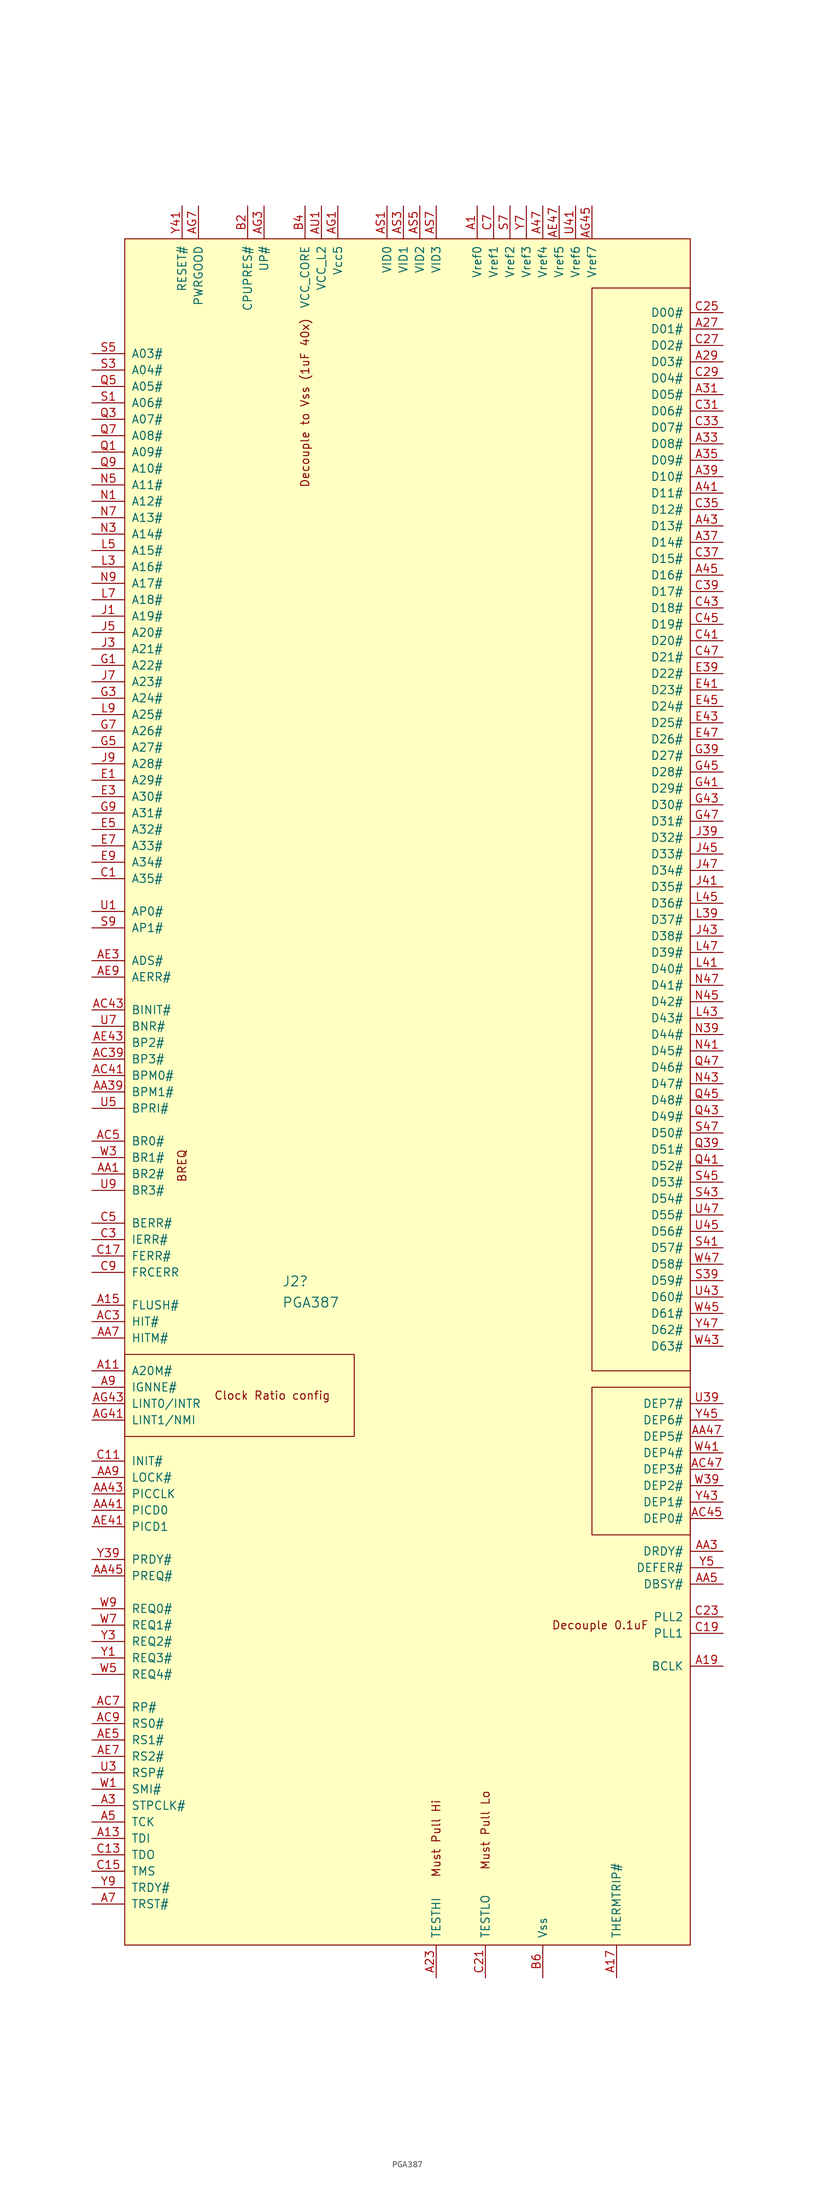
<source format=kicad_sym>
(kicad_symbol_lib
  (version 20211014)
  (generator kicad_symbol_editor)
  (symbol "PGA387"
    (pin_names
      (offset 1.016))
    (property "Reference" "J2"
      (at 29.451 -143.625 0)
      (effects (font (size 1.524 1.524)) (justify left)))
    (property "Value" "PGA387"
      (at 29.451 -146.905 0)
      (effects (font (size 1.524 1.524)) (justify left)))
    (symbol "PGA387_0_0"
      (rectangle (start 5.08 -154.94) (end 40.64 -167.64) (stroke (width 0.152) (type default) (color 0 0 0 0)) (fill (type none)))
      (rectangle (start 92.71 -160.02) (end 77.47 -182.88) (stroke (width 0.152) (type default) (color 0 0 0 0)) (fill (type none)))
      (rectangle (start 92.71 10.16) (end 77.47 -157.48) (stroke (width 0.152) (type default) (color 0 0 0 0)) (fill (type none)))
      (text "BREQ" (at 13.97 -125.73 900) (effects (font (size 1.27 1.27))))
      (text "Clock Ratio config" (at 27.94 -161.29 0) (effects (font (size 1.27 1.27))))
      (text "Decouple 0.1uF" (at 78.74 -196.85 0) (effects (font (size 1.27 1.27))))
      (text "Decouple to Vss (1uF 40x)" (at 33.02 -7.62 900) (effects (font (size 1.27 1.27))))
      (text "Must Pull Hi" (at 53.34 -229.87 900) (effects (font (size 1.27 1.27))))
      (text "Must Pull Lo" (at 60.96 -228.6 900) (effects (font (size 1.27 1.27)))))
    (symbol "PGA387_1_1"
      (rectangle (start 5.08 17.78) (end 92.71 -246.38) (stroke (width 0) (type default) (color 0 0 0 0)) (fill (type background)))
      (pin power_in line (at 59.69 22.86 270) (length 5.08) (name "Vref0" (effects (font (size 1.27 1.27)))) (number "A1" (effects (font (size 1.27 1.27)))))
      (pin input line (at 0 -157.48 0) (length 5.08) (name "A20M#" (effects (font (size 1.27 1.27)))) (number "A11" (effects (font (size 1.27 1.27)))))
      (pin input line (at 0 -229.87 0) (length 5.08) (name "TDI" (effects (font (size 1.27 1.27)))) (number "A13" (effects (font (size 1.27 1.27)))))
      (pin input line (at 0 -147.32 0) (length 5.08) (name "FLUSH#" (effects (font (size 1.27 1.27)))) (number "A15" (effects (font (size 1.27 1.27)))))
      (pin output line (at 81.28 -251.46 90) (length 5.08) (name "THERMTRIP#" (effects (font (size 1.27 1.27)))) (number "A17" (effects (font (size 1.27 1.27)))))
      (pin input line (at 97.79 -203.2 180) (length 5.08) (name "BCLK" (effects (font (size 1.27 1.27)))) (number "A19" (effects (font (size 1.27 1.27)))))
      (pin no_connect line (at 11.43 -251.46 90) (length 5.08) hide (name "RESERVED" (effects (font (size 1.27 1.27)))) (number "A21" (effects (font (size 1.27 1.27)))))
      (pin power_in line (at 53.34 -251.46 90) (length 5.08) (name "TESTHI" (effects (font (size 1.27 1.27)))) (number "A23" (effects (font (size 1.27 1.27)))))
      (pin power_in line (at 53.34 -251.46 90) (length 5.08) hide (name "TESTHI" (effects (font (size 1.27 1.27)))) (number "A25" (effects (font (size 1.27 1.27)))))
      (pin tri_state line (at 97.79 3.81 180) (length 5.08) (name "D01#" (effects (font (size 1.27 1.27)))) (number "A27" (effects (font (size 1.27 1.27)))))
      (pin tri_state line (at 97.79 -1.27 180) (length 5.08) (name "D03#" (effects (font (size 1.27 1.27)))) (number "A29" (effects (font (size 1.27 1.27)))))
      (pin input line (at 0 -224.79 0) (length 5.08) (name "STPCLK#" (effects (font (size 1.27 1.27)))) (number "A3" (effects (font (size 1.27 1.27)))))
      (pin tri_state line (at 97.79 -6.35 180) (length 5.08) (name "D05#" (effects (font (size 1.27 1.27)))) (number "A31" (effects (font (size 1.27 1.27)))))
      (pin tri_state line (at 97.79 -13.97 180) (length 5.08) (name "D08#" (effects (font (size 1.27 1.27)))) (number "A33" (effects (font (size 1.27 1.27)))))
      (pin tri_state line (at 97.79 -16.51 180) (length 5.08) (name "D09#" (effects (font (size 1.27 1.27)))) (number "A35" (effects (font (size 1.27 1.27)))))
      (pin tri_state line (at 97.79 -29.21 180) (length 5.08) (name "D14#" (effects (font (size 1.27 1.27)))) (number "A37" (effects (font (size 1.27 1.27)))))
      (pin tri_state line (at 97.79 -19.05 180) (length 5.08) (name "D10#" (effects (font (size 1.27 1.27)))) (number "A39" (effects (font (size 1.27 1.27)))))
      (pin tri_state line (at 97.79 -21.59 180) (length 5.08) (name "D11#" (effects (font (size 1.27 1.27)))) (number "A41" (effects (font (size 1.27 1.27)))))
      (pin tri_state line (at 97.79 -26.67 180) (length 5.08) (name "D13#" (effects (font (size 1.27 1.27)))) (number "A43" (effects (font (size 1.27 1.27)))))
      (pin tri_state line (at 97.79 -34.29 180) (length 5.08) (name "D16#" (effects (font (size 1.27 1.27)))) (number "A45" (effects (font (size 1.27 1.27)))))
      (pin power_in line (at 69.85 22.86 270) (length 5.08) (name "Vref4" (effects (font (size 1.27 1.27)))) (number "A47" (effects (font (size 1.27 1.27)))))
      (pin input line (at 0 -227.33 0) (length 5.08) (name "TCK" (effects (font (size 1.27 1.27)))) (number "A5" (effects (font (size 1.27 1.27)))))
      (pin input line (at 0 -240.03 0) (length 5.08) (name "TRST#" (effects (font (size 1.27 1.27)))) (number "A7" (effects (font (size 1.27 1.27)))))
      (pin input line (at 0 -160.02 0) (length 5.08) (name "IGNNE#" (effects (font (size 1.27 1.27)))) (number "A9" (effects (font (size 1.27 1.27)))))
      (pin input line (at 0 -127 0) (length 5.08) (name "BR2#" (effects (font (size 1.27 1.27)))) (number "AA1" (effects (font (size 1.27 1.27)))))
      (pin bidirectional line (at 97.79 -185.42 180) (length 5.08) (name "DRDY#" (effects (font (size 1.27 1.27)))) (number "AA3" (effects (font (size 1.27 1.27)))))
      (pin bidirectional line (at 0 -114.3 0) (length 5.08) (name "BPM1#" (effects (font (size 1.27 1.27)))) (number "AA39" (effects (font (size 1.27 1.27)))))
      (pin bidirectional line (at 0 -179.07 0) (length 5.08) (name "PICD0" (effects (font (size 1.27 1.27)))) (number "AA41" (effects (font (size 1.27 1.27)))))
      (pin input line (at 0 -176.53 0) (length 5.08) (name "PICCLK" (effects (font (size 1.27 1.27)))) (number "AA43" (effects (font (size 1.27 1.27)))))
      (pin input line (at 0 -189.23 0) (length 5.08) (name "PREQ#" (effects (font (size 1.27 1.27)))) (number "AA45" (effects (font (size 1.27 1.27)))))
      (pin tri_state line (at 97.79 -167.64 180) (length 5.08) (name "DEP5#" (effects (font (size 1.27 1.27)))) (number "AA47" (effects (font (size 1.27 1.27)))))
      (pin bidirectional line (at 97.79 -190.5 180) (length 5.08) (name "DBSY#" (effects (font (size 1.27 1.27)))) (number "AA5" (effects (font (size 1.27 1.27)))))
      (pin bidirectional line (at 0 -152.4 0) (length 5.08) (name "HITM#" (effects (font (size 1.27 1.27)))) (number "AA7" (effects (font (size 1.27 1.27)))))
      (pin bidirectional line (at 0 -173.99 0) (length 5.08) (name "LOCK#" (effects (font (size 1.27 1.27)))) (number "AA9" (effects (font (size 1.27 1.27)))))
      (pin power_in line (at 69.85 -251.46 90) (length 5.08) hide (name "Vss" (effects (font (size 1.27 1.27)))) (number "AB2" (effects (font (size 1.27 1.27)))))
      (pin power_in line (at 33.02 22.86 270) (length 5.08) hide (name "VCC_CORE" (effects (font (size 1.27 1.27)))) (number "AB4" (effects (font (size 1.27 1.27)))))
      (pin power_in line (at 69.85 -251.46 90) (length 5.08) hide (name "Vss" (effects (font (size 1.27 1.27)))) (number "AB40" (effects (font (size 1.27 1.27)))))
      (pin power_in line (at 69.85 -251.46 90) (length 5.08) hide (name "Vss" (effects (font (size 1.27 1.27)))) (number "AB42" (effects (font (size 1.27 1.27)))))
      (pin power_in line (at 33.02 22.86 270) (length 5.08) hide (name "VCC_CORE" (effects (font (size 1.27 1.27)))) (number "AB44" (effects (font (size 1.27 1.27)))))
      (pin power_in line (at 69.85 -251.46 90) (length 5.08) hide (name "Vss" (effects (font (size 1.27 1.27)))) (number "AB46" (effects (font (size 1.27 1.27)))))
      (pin power_in line (at 69.85 -251.46 90) (length 5.08) hide (name "Vss" (effects (font (size 1.27 1.27)))) (number "AB6" (effects (font (size 1.27 1.27)))))
      (pin power_in line (at 69.85 -251.46 90) (length 5.08) hide (name "Vss" (effects (font (size 1.27 1.27)))) (number "AB8" (effects (font (size 1.27 1.27)))))
      (pin no_connect line (at 16.51 -251.46 90) (length 5.08) hide (name "RESERVED" (effects (font (size 1.27 1.27)))) (number "AC1" (effects (font (size 1.27 1.27)))))
      (pin bidirectional line (at 0 -149.86 0) (length 5.08) (name "HIT#" (effects (font (size 1.27 1.27)))) (number "AC3" (effects (font (size 1.27 1.27)))))
      (pin bidirectional line (at 0 -109.22 0) (length 5.08) (name "BP3#" (effects (font (size 1.27 1.27)))) (number "AC39" (effects (font (size 1.27 1.27)))))
      (pin bidirectional line (at 0 -111.76 0) (length 5.08) (name "BPM0#" (effects (font (size 1.27 1.27)))) (number "AC41" (effects (font (size 1.27 1.27)))))
      (pin bidirectional line (at 0 -101.6 0) (length 5.08) (name "BINIT#" (effects (font (size 1.27 1.27)))) (number "AC43" (effects (font (size 1.27 1.27)))))
      (pin tri_state line (at 97.79 -180.34 180) (length 5.08) (name "DEP0#" (effects (font (size 1.27 1.27)))) (number "AC45" (effects (font (size 1.27 1.27)))))
      (pin tri_state line (at 97.79 -172.72 180) (length 5.08) (name "DEP3#" (effects (font (size 1.27 1.27)))) (number "AC47" (effects (font (size 1.27 1.27)))))
      (pin bidirectional line (at 0 -121.92 0) (length 5.08) (name "BR0#" (effects (font (size 1.27 1.27)))) (number "AC5" (effects (font (size 1.27 1.27)))))
      (pin bidirectional line (at 0 -209.55 0) (length 5.08) (name "RP#" (effects (font (size 1.27 1.27)))) (number "AC7" (effects (font (size 1.27 1.27)))))
      (pin input line (at 0 -212.09 0) (length 5.08) (name "RS0#" (effects (font (size 1.27 1.27)))) (number "AC9" (effects (font (size 1.27 1.27)))))
      (pin no_connect line (at 19.05 -251.46 90) (length 5.08) hide (name "RESERVED" (effects (font (size 1.27 1.27)))) (number "AE1" (effects (font (size 1.27 1.27)))))
      (pin bidirectional line (at 0 -93.98 0) (length 5.08) (name "ADS#" (effects (font (size 1.27 1.27)))) (number "AE3" (effects (font (size 1.27 1.27)))))
      (pin power_in line (at 53.34 -251.46 90) (length 5.08) hide (name "TESTHI" (effects (font (size 1.27 1.27)))) (number "AE39" (effects (font (size 1.27 1.27)))))
      (pin bidirectional line (at 0 -181.61 0) (length 5.08) (name "PICD1" (effects (font (size 1.27 1.27)))) (number "AE41" (effects (font (size 1.27 1.27)))))
      (pin bidirectional line (at 0 -106.68 0) (length 5.08) (name "BP2#" (effects (font (size 1.27 1.27)))) (number "AE43" (effects (font (size 1.27 1.27)))))
      (pin no_connect line (at 21.59 -251.46 90) (length 5.08) hide (name "RESERVED" (effects (font (size 1.27 1.27)))) (number "AE45" (effects (font (size 1.27 1.27)))))
      (pin power_in line (at 72.39 22.86 270) (length 5.08) (name "Vref5" (effects (font (size 1.27 1.27)))) (number "AE47" (effects (font (size 1.27 1.27)))))
      (pin input line (at 0 -214.63 0) (length 5.08) (name "RS1#" (effects (font (size 1.27 1.27)))) (number "AE5" (effects (font (size 1.27 1.27)))))
      (pin input line (at 0 -217.17 0) (length 5.08) (name "RS2#" (effects (font (size 1.27 1.27)))) (number "AE7" (effects (font (size 1.27 1.27)))))
      (pin bidirectional line (at 0 -96.52 0) (length 5.08) (name "AERR#" (effects (font (size 1.27 1.27)))) (number "AE9" (effects (font (size 1.27 1.27)))))
      (pin power_in line (at 69.85 -251.46 90) (length 5.08) hide (name "Vss" (effects (font (size 1.27 1.27)))) (number "AF2" (effects (font (size 1.27 1.27)))))
      (pin power_in line (at 69.85 -251.46 90) (length 5.08) hide (name "Vss" (effects (font (size 1.27 1.27)))) (number "AF4" (effects (font (size 1.27 1.27)))))
      (pin power_in line (at 69.85 -251.46 90) (length 5.08) hide (name "Vss" (effects (font (size 1.27 1.27)))) (number "AF40" (effects (font (size 1.27 1.27)))))
      (pin power_in line (at 69.85 -251.46 90) (length 5.08) hide (name "Vss" (effects (font (size 1.27 1.27)))) (number "AF42" (effects (font (size 1.27 1.27)))))
      (pin power_in line (at 69.85 -251.46 90) (length 5.08) hide (name "Vss" (effects (font (size 1.27 1.27)))) (number "AF44" (effects (font (size 1.27 1.27)))))
      (pin power_in line (at 69.85 -251.46 90) (length 5.08) hide (name "Vss" (effects (font (size 1.27 1.27)))) (number "AF46" (effects (font (size 1.27 1.27)))))
      (pin power_in line (at 69.85 -251.46 90) (length 5.08) hide (name "Vss" (effects (font (size 1.27 1.27)))) (number "AF6" (effects (font (size 1.27 1.27)))))
      (pin power_in line (at 69.85 -251.46 90) (length 5.08) hide (name "Vss" (effects (font (size 1.27 1.27)))) (number "AF8" (effects (font (size 1.27 1.27)))))
      (pin power_in line (at 38.1 22.86 270) (length 5.08) (name "Vcc5" (effects (font (size 1.27 1.27)))) (number "AG1" (effects (font (size 1.27 1.27)))))
      (pin output line (at 26.67 22.86 270) (length 5.08) (name "UP#" (effects (font (size 1.27 1.27)))) (number "AG3" (effects (font (size 1.27 1.27)))))
      (pin no_connect line (at 29.21 -251.46 90) (length 5.08) hide (name "RESERVED" (effects (font (size 1.27 1.27)))) (number "AG39" (effects (font (size 1.27 1.27)))))
      (pin input line (at 0 -165.1 0) (length 5.08) (name "LINT1/NMI" (effects (font (size 1.27 1.27)))) (number "AG41" (effects (font (size 1.27 1.27)))))
      (pin input line (at 0 -162.56 0) (length 5.08) (name "LINT0/INTR" (effects (font (size 1.27 1.27)))) (number "AG43" (effects (font (size 1.27 1.27)))))
      (pin power_in line (at 77.47 22.86 270) (length 5.08) (name "Vref7" (effects (font (size 1.27 1.27)))) (number "AG45" (effects (font (size 1.27 1.27)))))
      (pin no_connect line (at 31.75 -251.46 90) (length 5.08) hide (name "RESERVED" (effects (font (size 1.27 1.27)))) (number "AG47" (effects (font (size 1.27 1.27)))))
      (pin no_connect line (at 24.13 -251.46 90) (length 5.08) hide (name "RESERVED" (effects (font (size 1.27 1.27)))) (number "AG5" (effects (font (size 1.27 1.27)))))
      (pin input line (at 16.51 22.86 270) (length 5.08) (name "PWRGOOD" (effects (font (size 1.27 1.27)))) (number "AG7" (effects (font (size 1.27 1.27)))))
      (pin no_connect line (at 26.67 -251.46 90) (length 5.08) hide (name "RESERVED" (effects (font (size 1.27 1.27)))) (number "AG9" (effects (font (size 1.27 1.27)))))
      (pin power_in line (at 69.85 -251.46 90) (length 5.08) hide (name "Vss" (effects (font (size 1.27 1.27)))) (number "AJ1" (effects (font (size 1.27 1.27)))))
      (pin power_in line (at 33.02 22.86 270) (length 5.08) hide (name "VCC_CORE" (effects (font (size 1.27 1.27)))) (number "AJ3" (effects (font (size 1.27 1.27)))))
      (pin power_in line (at 69.85 -251.46 90) (length 5.08) hide (name "Vss" (effects (font (size 1.27 1.27)))) (number "AJ39" (effects (font (size 1.27 1.27)))))
      (pin power_in line (at 33.02 22.86 270) (length 5.08) hide (name "VCC_CORE" (effects (font (size 1.27 1.27)))) (number "AJ41" (effects (font (size 1.27 1.27)))))
      (pin power_in line (at 69.85 -251.46 90) (length 5.08) hide (name "Vss" (effects (font (size 1.27 1.27)))) (number "AJ43" (effects (font (size 1.27 1.27)))))
      (pin power_in line (at 33.02 22.86 270) (length 5.08) hide (name "VCC_CORE" (effects (font (size 1.27 1.27)))) (number "AJ45" (effects (font (size 1.27 1.27)))))
      (pin power_in line (at 69.85 -251.46 90) (length 5.08) hide (name "Vss" (effects (font (size 1.27 1.27)))) (number "AJ47" (effects (font (size 1.27 1.27)))))
      (pin power_in line (at 69.85 -251.46 90) (length 5.08) hide (name "Vss" (effects (font (size 1.27 1.27)))) (number "AJ5" (effects (font (size 1.27 1.27)))))
      (pin power_in line (at 33.02 22.86 270) (length 5.08) hide (name "VCC_CORE" (effects (font (size 1.27 1.27)))) (number "AJ7" (effects (font (size 1.27 1.27)))))
      (pin power_in line (at 69.85 -251.46 90) (length 5.08) hide (name "Vss" (effects (font (size 1.27 1.27)))) (number "AJ9" (effects (font (size 1.27 1.27)))))
      (pin power_in line (at 33.02 22.86 270) (length 5.08) hide (name "VCC_CORE" (effects (font (size 1.27 1.27)))) (number "AL1" (effects (font (size 1.27 1.27)))))
      (pin power_in line (at 69.85 -251.46 90) (length 5.08) hide (name "Vss" (effects (font (size 1.27 1.27)))) (number "AL3" (effects (font (size 1.27 1.27)))))
      (pin power_in line (at 33.02 22.86 270) (length 5.08) hide (name "VCC_CORE" (effects (font (size 1.27 1.27)))) (number "AL39" (effects (font (size 1.27 1.27)))))
      (pin power_in line (at 69.85 -251.46 90) (length 5.08) hide (name "Vss" (effects (font (size 1.27 1.27)))) (number "AL41" (effects (font (size 1.27 1.27)))))
      (pin power_in line (at 33.02 22.86 270) (length 5.08) hide (name "VCC_CORE" (effects (font (size 1.27 1.27)))) (number "AL43" (effects (font (size 1.27 1.27)))))
      (pin power_in line (at 69.85 -251.46 90) (length 5.08) hide (name "Vss" (effects (font (size 1.27 1.27)))) (number "AL45" (effects (font (size 1.27 1.27)))))
      (pin power_in line (at 33.02 22.86 270) (length 5.08) hide (name "VCC_CORE" (effects (font (size 1.27 1.27)))) (number "AL47" (effects (font (size 1.27 1.27)))))
      (pin power_in line (at 33.02 22.86 270) (length 5.08) hide (name "VCC_CORE" (effects (font (size 1.27 1.27)))) (number "AL5" (effects (font (size 1.27 1.27)))))
      (pin power_in line (at 69.85 -251.46 90) (length 5.08) hide (name "Vss" (effects (font (size 1.27 1.27)))) (number "AL7" (effects (font (size 1.27 1.27)))))
      (pin power_in line (at 33.02 22.86 270) (length 5.08) hide (name "VCC_CORE" (effects (font (size 1.27 1.27)))) (number "AL9" (effects (font (size 1.27 1.27)))))
      (pin power_in line (at 69.85 -251.46 90) (length 5.08) hide (name "Vss" (effects (font (size 1.27 1.27)))) (number "AN1" (effects (font (size 1.27 1.27)))))
      (pin power_in line (at 33.02 22.86 270) (length 5.08) hide (name "VCC_CORE" (effects (font (size 1.27 1.27)))) (number "AN3" (effects (font (size 1.27 1.27)))))
      (pin power_in line (at 69.85 -251.46 90) (length 5.08) hide (name "Vss" (effects (font (size 1.27 1.27)))) (number "AN39" (effects (font (size 1.27 1.27)))))
      (pin power_in line (at 33.02 22.86 270) (length 5.08) hide (name "VCC_CORE" (effects (font (size 1.27 1.27)))) (number "AN41" (effects (font (size 1.27 1.27)))))
      (pin power_in line (at 69.85 -251.46 90) (length 5.08) hide (name "Vss" (effects (font (size 1.27 1.27)))) (number "AN43" (effects (font (size 1.27 1.27)))))
      (pin power_in line (at 33.02 22.86 270) (length 5.08) hide (name "VCC_CORE" (effects (font (size 1.27 1.27)))) (number "AN45" (effects (font (size 1.27 1.27)))))
      (pin power_in line (at 69.85 -251.46 90) (length 5.08) hide (name "Vss" (effects (font (size 1.27 1.27)))) (number "AN47" (effects (font (size 1.27 1.27)))))
      (pin power_in line (at 69.85 -251.46 90) (length 5.08) hide (name "Vss" (effects (font (size 1.27 1.27)))) (number "AN5" (effects (font (size 1.27 1.27)))))
      (pin power_in line (at 33.02 22.86 270) (length 5.08) hide (name "VCC_CORE" (effects (font (size 1.27 1.27)))) (number "AN7" (effects (font (size 1.27 1.27)))))
      (pin power_in line (at 69.85 -251.46 90) (length 5.08) hide (name "Vss" (effects (font (size 1.27 1.27)))) (number "AN9" (effects (font (size 1.27 1.27)))))
      (pin power_in line (at 33.02 22.86 270) (length 5.08) hide (name "VCC_CORE" (effects (font (size 1.27 1.27)))) (number "AQ1" (effects (font (size 1.27 1.27)))))
      (pin power_in line (at 69.85 -251.46 90) (length 5.08) hide (name "Vss" (effects (font (size 1.27 1.27)))) (number "AQ3" (effects (font (size 1.27 1.27)))))
      (pin power_in line (at 33.02 22.86 270) (length 5.08) hide (name "VCC_CORE" (effects (font (size 1.27 1.27)))) (number "AQ39" (effects (font (size 1.27 1.27)))))
      (pin power_in line (at 69.85 -251.46 90) (length 5.08) hide (name "Vss" (effects (font (size 1.27 1.27)))) (number "AQ41" (effects (font (size 1.27 1.27)))))
      (pin power_in line (at 33.02 22.86 270) (length 5.08) hide (name "VCC_CORE" (effects (font (size 1.27 1.27)))) (number "AQ43" (effects (font (size 1.27 1.27)))))
      (pin power_in line (at 69.85 -251.46 90) (length 5.08) hide (name "Vss" (effects (font (size 1.27 1.27)))) (number "AQ45" (effects (font (size 1.27 1.27)))))
      (pin power_in line (at 33.02 22.86 270) (length 5.08) hide (name "VCC_CORE" (effects (font (size 1.27 1.27)))) (number "AQ47" (effects (font (size 1.27 1.27)))))
      (pin power_in line (at 33.02 22.86 270) (length 5.08) hide (name "VCC_CORE" (effects (font (size 1.27 1.27)))) (number "AQ5" (effects (font (size 1.27 1.27)))))
      (pin power_in line (at 69.85 -251.46 90) (length 5.08) hide (name "Vss" (effects (font (size 1.27 1.27)))) (number "AQ7" (effects (font (size 1.27 1.27)))))
      (pin power_in line (at 33.02 22.86 270) (length 5.08) hide (name "VCC_CORE" (effects (font (size 1.27 1.27)))) (number "AQ9" (effects (font (size 1.27 1.27)))))
      (pin output line (at 45.72 22.86 270) (length 5.08) (name "VID0" (effects (font (size 1.27 1.27)))) (number "AS1" (effects (font (size 1.27 1.27)))))
      (pin output line (at 48.26 22.86 270) (length 5.08) (name "VID1" (effects (font (size 1.27 1.27)))) (number "AS3" (effects (font (size 1.27 1.27)))))
      (pin power_in line (at 60.96 -251.46 90) (length 5.08) hide (name "TESTLO" (effects (font (size 1.27 1.27)))) (number "AS39" (effects (font (size 1.27 1.27)))))
      (pin power_in line (at 60.96 -251.46 90) (length 5.08) hide (name "TESTLO" (effects (font (size 1.27 1.27)))) (number "AS41" (effects (font (size 1.27 1.27)))))
      (pin power_in line (at 60.96 -251.46 90) (length 5.08) hide (name "TESTLO" (effects (font (size 1.27 1.27)))) (number "AS43" (effects (font (size 1.27 1.27)))))
      (pin power_in line (at 60.96 -251.46 90) (length 5.08) hide (name "TESTLO" (effects (font (size 1.27 1.27)))) (number "AS45" (effects (font (size 1.27 1.27)))))
      (pin no_connect line (at 36.83 -251.46 90) (length 5.08) hide (name "RESERVED" (effects (font (size 1.27 1.27)))) (number "AS47" (effects (font (size 1.27 1.27)))))
      (pin output line (at 50.8 22.86 270) (length 5.08) (name "VID2" (effects (font (size 1.27 1.27)))) (number "AS5" (effects (font (size 1.27 1.27)))))
      (pin output line (at 53.34 22.86 270) (length 5.08) (name "VID3" (effects (font (size 1.27 1.27)))) (number "AS7" (effects (font (size 1.27 1.27)))))
      (pin no_connect line (at 34.29 -251.46 90) (length 5.08) hide (name "RESERVED" (effects (font (size 1.27 1.27)))) (number "AS9" (effects (font (size 1.27 1.27)))))
      (pin power_in line (at 35.56 22.86 270) (length 5.08) (name "VCC_L2" (effects (font (size 1.27 1.27)))) (number "AU1" (effects (font (size 1.27 1.27)))))
      (pin power_in line (at 69.85 -251.46 90) (length 5.08) hide (name "Vss" (effects (font (size 1.27 1.27)))) (number "AU3" (effects (font (size 1.27 1.27)))))
      (pin power_in line (at 35.56 22.86 270) (length 5.08) hide (name "VCC_L2" (effects (font (size 1.27 1.27)))) (number "AU39" (effects (font (size 1.27 1.27)))))
      (pin power_in line (at 69.85 -251.46 90) (length 5.08) hide (name "Vss" (effects (font (size 1.27 1.27)))) (number "AU41" (effects (font (size 1.27 1.27)))))
      (pin power_in line (at 35.56 22.86 270) (length 5.08) hide (name "VCC_L2" (effects (font (size 1.27 1.27)))) (number "AU43" (effects (font (size 1.27 1.27)))))
      (pin power_in line (at 69.85 -251.46 90) (length 5.08) hide (name "Vss" (effects (font (size 1.27 1.27)))) (number "AU45" (effects (font (size 1.27 1.27)))))
      (pin power_in line (at 35.56 22.86 270) (length 5.08) hide (name "VCC_L2" (effects (font (size 1.27 1.27)))) (number "AU47" (effects (font (size 1.27 1.27)))))
      (pin power_in line (at 35.56 22.86 270) (length 5.08) hide (name "VCC_L2" (effects (font (size 1.27 1.27)))) (number "AU5" (effects (font (size 1.27 1.27)))))
      (pin power_in line (at 69.85 -251.46 90) (length 5.08) hide (name "Vss" (effects (font (size 1.27 1.27)))) (number "AU7" (effects (font (size 1.27 1.27)))))
      (pin power_in line (at 35.56 22.86 270) (length 5.08) hide (name "VCC_L2" (effects (font (size 1.27 1.27)))) (number "AU9" (effects (font (size 1.27 1.27)))))
      (pin power_in line (at 69.85 -251.46 90) (length 5.08) hide (name "Vss" (effects (font (size 1.27 1.27)))) (number "AW1" (effects (font (size 1.27 1.27)))))
      (pin power_in line (at 35.56 22.86 270) (length 5.08) hide (name "VCC_L2" (effects (font (size 1.27 1.27)))) (number "AW3" (effects (font (size 1.27 1.27)))))
      (pin power_in line (at 69.85 -251.46 90) (length 5.08) hide (name "Vss" (effects (font (size 1.27 1.27)))) (number "AW39" (effects (font (size 1.27 1.27)))))
      (pin power_in line (at 35.56 22.86 270) (length 5.08) hide (name "VCC_L2" (effects (font (size 1.27 1.27)))) (number "AW41" (effects (font (size 1.27 1.27)))))
      (pin power_in line (at 69.85 -251.46 90) (length 5.08) hide (name "Vss" (effects (font (size 1.27 1.27)))) (number "AW43" (effects (font (size 1.27 1.27)))))
      (pin power_in line (at 35.56 22.86 270) (length 5.08) hide (name "VCC_L2" (effects (font (size 1.27 1.27)))) (number "AW45" (effects (font (size 1.27 1.27)))))
      (pin power_in line (at 69.85 -251.46 90) (length 5.08) hide (name "Vss" (effects (font (size 1.27 1.27)))) (number "AW47" (effects (font (size 1.27 1.27)))))
      (pin power_in line (at 69.85 -251.46 90) (length 5.08) hide (name "Vss" (effects (font (size 1.27 1.27)))) (number "AW5" (effects (font (size 1.27 1.27)))))
      (pin power_in line (at 35.56 22.86 270) (length 5.08) hide (name "VCC_L2" (effects (font (size 1.27 1.27)))) (number "AW7" (effects (font (size 1.27 1.27)))))
      (pin power_in line (at 69.85 -251.46 90) (length 5.08) hide (name "Vss" (effects (font (size 1.27 1.27)))) (number "AW9" (effects (font (size 1.27 1.27)))))
      (pin power_in line (at 35.56 22.86 270) (length 5.08) hide (name "VCC_L2" (effects (font (size 1.27 1.27)))) (number "AY1" (effects (font (size 1.27 1.27)))))
      (pin power_in line (at 35.56 22.86 270) (length 5.08) hide (name "VCC_L2" (effects (font (size 1.27 1.27)))) (number "AY3" (effects (font (size 1.27 1.27)))))
      (pin power_in line (at 35.56 22.86 270) (length 5.08) hide (name "VCC_L2" (effects (font (size 1.27 1.27)))) (number "AY39" (effects (font (size 1.27 1.27)))))
      (pin power_in line (at 35.56 22.86 270) (length 5.08) hide (name "VCC_L2" (effects (font (size 1.27 1.27)))) (number "AY41" (effects (font (size 1.27 1.27)))))
      (pin power_in line (at 35.56 22.86 270) (length 5.08) hide (name "VCC_L2" (effects (font (size 1.27 1.27)))) (number "AY43" (effects (font (size 1.27 1.27)))))
      (pin power_in line (at 35.56 22.86 270) (length 5.08) hide (name "VCC_L2" (effects (font (size 1.27 1.27)))) (number "AY45" (effects (font (size 1.27 1.27)))))
      (pin power_in line (at 35.56 22.86 270) (length 5.08) hide (name "VCC_L2" (effects (font (size 1.27 1.27)))) (number "AY47" (effects (font (size 1.27 1.27)))))
      (pin power_in line (at 35.56 22.86 270) (length 5.08) hide (name "VCC_L2" (effects (font (size 1.27 1.27)))) (number "AY5" (effects (font (size 1.27 1.27)))))
      (pin power_in line (at 35.56 22.86 270) (length 5.08) hide (name "VCC_L2" (effects (font (size 1.27 1.27)))) (number "AY7" (effects (font (size 1.27 1.27)))))
      (pin power_in line (at 35.56 22.86 270) (length 5.08) hide (name "VCC_L2" (effects (font (size 1.27 1.27)))) (number "AY9" (effects (font (size 1.27 1.27)))))
      (pin power_in line (at 69.85 -251.46 90) (length 5.08) hide (name "Vss" (effects (font (size 1.27 1.27)))) (number "B12" (effects (font (size 1.27 1.27)))))
      (pin power_in line (at 33.02 22.86 270) (length 5.08) hide (name "VCC_CORE" (effects (font (size 1.27 1.27)))) (number "B16" (effects (font (size 1.27 1.27)))))
      (pin power_in line (at 24.13 22.86 270) (length 5.08) (name "CPUPRES#" (effects (font (size 1.27 1.27)))) (number "B2" (effects (font (size 1.27 1.27)))))
      (pin power_in line (at 69.85 -251.46 90) (length 5.08) hide (name "Vss" (effects (font (size 1.27 1.27)))) (number "B20" (effects (font (size 1.27 1.27)))))
      (pin power_in line (at 33.02 22.86 270) (length 5.08) hide (name "VCC_CORE" (effects (font (size 1.27 1.27)))) (number "B24" (effects (font (size 1.27 1.27)))))
      (pin power_in line (at 69.85 -251.46 90) (length 5.08) hide (name "Vss" (effects (font (size 1.27 1.27)))) (number "B28" (effects (font (size 1.27 1.27)))))
      (pin power_in line (at 33.02 22.86 270) (length 5.08) hide (name "VCC_CORE" (effects (font (size 1.27 1.27)))) (number "B32" (effects (font (size 1.27 1.27)))))
      (pin power_in line (at 69.85 -251.46 90) (length 5.08) hide (name "Vss" (effects (font (size 1.27 1.27)))) (number "B36" (effects (font (size 1.27 1.27)))))
      (pin power_in line (at 33.02 22.86 270) (length 5.08) (name "VCC_CORE" (effects (font (size 1.27 1.27)))) (number "B4" (effects (font (size 1.27 1.27)))))
      (pin power_in line (at 33.02 22.86 270) (length 5.08) hide (name "VCC_CORE" (effects (font (size 1.27 1.27)))) (number "B40" (effects (font (size 1.27 1.27)))))
      (pin power_in line (at 69.85 -251.46 90) (length 5.08) hide (name "Vss" (effects (font (size 1.27 1.27)))) (number "B42" (effects (font (size 1.27 1.27)))))
      (pin power_in line (at 33.02 22.86 270) (length 5.08) hide (name "VCC_CORE" (effects (font (size 1.27 1.27)))) (number "B44" (effects (font (size 1.27 1.27)))))
      (pin power_in line (at 69.85 -251.46 90) (length 5.08) hide (name "Vss" (effects (font (size 1.27 1.27)))) (number "B46" (effects (font (size 1.27 1.27)))))
      (pin power_in line (at 69.85 -251.46 90) (length 5.08) (name "Vss" (effects (font (size 1.27 1.27)))) (number "B6" (effects (font (size 1.27 1.27)))))
      (pin power_in line (at 33.02 22.86 270) (length 5.08) hide (name "VCC_CORE" (effects (font (size 1.27 1.27)))) (number "B8" (effects (font (size 1.27 1.27)))))
      (pin power_in line (at 69.85 -251.46 90) (length 5.08) hide (name "Vss" (effects (font (size 1.27 1.27)))) (number "BA1" (effects (font (size 1.27 1.27)))))
      (pin no_connect line (at 39.37 -251.46 90) (length 5.08) hide (name "RESERVED" (effects (font (size 1.27 1.27)))) (number "BA11" (effects (font (size 1.27 1.27)))))
      (pin power_in line (at 60.96 -251.46 90) (length 5.08) hide (name "TESTLO" (effects (font (size 1.27 1.27)))) (number "BA13" (effects (font (size 1.27 1.27)))))
      (pin power_in line (at 60.96 -251.46 90) (length 5.08) hide (name "TESTLO" (effects (font (size 1.27 1.27)))) (number "BA15" (effects (font (size 1.27 1.27)))))
      (pin power_in line (at 33.02 22.86 270) (length 5.08) hide (name "VCC_CORE" (effects (font (size 1.27 1.27)))) (number "BA17" (effects (font (size 1.27 1.27)))))
      (pin power_in line (at 69.85 -251.46 90) (length 5.08) hide (name "Vss" (effects (font (size 1.27 1.27)))) (number "BA19" (effects (font (size 1.27 1.27)))))
      (pin power_in line (at 33.02 22.86 270) (length 5.08) hide (name "VCC_CORE" (effects (font (size 1.27 1.27)))) (number "BA21" (effects (font (size 1.27 1.27)))))
      (pin power_in line (at 69.85 -251.46 90) (length 5.08) hide (name "Vss" (effects (font (size 1.27 1.27)))) (number "BA23" (effects (font (size 1.27 1.27)))))
      (pin power_in line (at 33.02 22.86 270) (length 5.08) hide (name "VCC_CORE" (effects (font (size 1.27 1.27)))) (number "BA25" (effects (font (size 1.27 1.27)))))
      (pin power_in line (at 69.85 -251.46 90) (length 5.08) hide (name "Vss" (effects (font (size 1.27 1.27)))) (number "BA27" (effects (font (size 1.27 1.27)))))
      (pin power_in line (at 33.02 22.86 270) (length 5.08) hide (name "VCC_CORE" (effects (font (size 1.27 1.27)))) (number "BA29" (effects (font (size 1.27 1.27)))))
      (pin power_in line (at 35.56 22.86 270) (length 5.08) hide (name "VCC_L2" (effects (font (size 1.27 1.27)))) (number "BA3" (effects (font (size 1.27 1.27)))))
      (pin power_in line (at 69.85 -251.46 90) (length 5.08) hide (name "Vss" (effects (font (size 1.27 1.27)))) (number "BA31" (effects (font (size 1.27 1.27)))))
      (pin power_in line (at 60.96 -251.46 90) (length 5.08) hide (name "TESTLO" (effects (font (size 1.27 1.27)))) (number "BA33" (effects (font (size 1.27 1.27)))))
      (pin no_connect line (at 41.91 -251.46 90) (length 5.08) hide (name "RESERVED" (effects (font (size 1.27 1.27)))) (number "BA35" (effects (font (size 1.27 1.27)))))
      (pin power_in line (at 60.96 -251.46 90) (length 5.08) hide (name "TESTLO" (effects (font (size 1.27 1.27)))) (number "BA37" (effects (font (size 1.27 1.27)))))
      (pin power_in line (at 69.85 -251.46 90) (length 5.08) hide (name "Vss" (effects (font (size 1.27 1.27)))) (number "BA39" (effects (font (size 1.27 1.27)))))
      (pin power_in line (at 35.56 22.86 270) (length 5.08) hide (name "VCC_L2" (effects (font (size 1.27 1.27)))) (number "BA41" (effects (font (size 1.27 1.27)))))
      (pin power_in line (at 69.85 -251.46 90) (length 5.08) hide (name "Vss" (effects (font (size 1.27 1.27)))) (number "BA43" (effects (font (size 1.27 1.27)))))
      (pin power_in line (at 35.56 22.86 270) (length 5.08) hide (name "VCC_L2" (effects (font (size 1.27 1.27)))) (number "BA45" (effects (font (size 1.27 1.27)))))
      (pin power_in line (at 69.85 -251.46 90) (length 5.08) hide (name "Vss" (effects (font (size 1.27 1.27)))) (number "BA47" (effects (font (size 1.27 1.27)))))
      (pin power_in line (at 69.85 -251.46 90) (length 5.08) hide (name "Vss" (effects (font (size 1.27 1.27)))) (number "BA5" (effects (font (size 1.27 1.27)))))
      (pin power_in line (at 35.56 22.86 270) (length 5.08) hide (name "VCC_L2" (effects (font (size 1.27 1.27)))) (number "BA7" (effects (font (size 1.27 1.27)))))
      (pin power_in line (at 69.85 -251.46 90) (length 5.08) hide (name "Vss" (effects (font (size 1.27 1.27)))) (number "BA9" (effects (font (size 1.27 1.27)))))
      (pin power_in line (at 69.85 -251.46 90) (length 5.08) hide (name "Vss" (effects (font (size 1.27 1.27)))) (number "BC1" (effects (font (size 1.27 1.27)))))
      (pin no_connect line (at 44.45 -251.46 90) (length 5.08) hide (name "RESERVED" (effects (font (size 1.27 1.27)))) (number "BC11" (effects (font (size 1.27 1.27)))))
      (pin power_in line (at 60.96 -251.46 90) (length 5.08) hide (name "TESTLO" (effects (font (size 1.27 1.27)))) (number "BC13" (effects (font (size 1.27 1.27)))))
      (pin power_in line (at 60.96 -251.46 90) (length 5.08) hide (name "TESTLO" (effects (font (size 1.27 1.27)))) (number "BC15" (effects (font (size 1.27 1.27)))))
      (pin power_in line (at 69.85 -251.46 90) (length 5.08) hide (name "Vss" (effects (font (size 1.27 1.27)))) (number "BC17" (effects (font (size 1.27 1.27)))))
      (pin power_in line (at 35.56 22.86 270) (length 5.08) hide (name "VCC_L2" (effects (font (size 1.27 1.27)))) (number "BC19" (effects (font (size 1.27 1.27)))))
      (pin power_in line (at 69.85 -251.46 90) (length 5.08) hide (name "Vss" (effects (font (size 1.27 1.27)))) (number "BC21" (effects (font (size 1.27 1.27)))))
      (pin power_in line (at 35.56 22.86 270) (length 5.08) hide (name "VCC_L2" (effects (font (size 1.27 1.27)))) (number "BC23" (effects (font (size 1.27 1.27)))))
      (pin power_in line (at 69.85 -251.46 90) (length 5.08) hide (name "Vss" (effects (font (size 1.27 1.27)))) (number "BC25" (effects (font (size 1.27 1.27)))))
      (pin power_in line (at 35.56 22.86 270) (length 5.08) hide (name "VCC_L2" (effects (font (size 1.27 1.27)))) (number "BC27" (effects (font (size 1.27 1.27)))))
      (pin power_in line (at 69.85 -251.46 90) (length 5.08) hide (name "Vss" (effects (font (size 1.27 1.27)))) (number "BC29" (effects (font (size 1.27 1.27)))))
      (pin power_in line (at 69.85 -251.46 90) (length 5.08) hide (name "Vss" (effects (font (size 1.27 1.27)))) (number "BC3" (effects (font (size 1.27 1.27)))))
      (pin power_in line (at 35.56 22.86 270) (length 5.08) hide (name "VCC_L2" (effects (font (size 1.27 1.27)))) (number "BC31" (effects (font (size 1.27 1.27)))))
      (pin power_in line (at 60.96 -251.46 90) (length 5.08) hide (name "TESTLO" (effects (font (size 1.27 1.27)))) (number "BC33" (effects (font (size 1.27 1.27)))))
      (pin no_connect line (at 46.99 -251.46 90) (length 5.08) hide (name "RESERVED" (effects (font (size 1.27 1.27)))) (number "BC35" (effects (font (size 1.27 1.27)))))
      (pin power_in line (at 60.96 -251.46 90) (length 5.08) hide (name "TESTLO" (effects (font (size 1.27 1.27)))) (number "BC37" (effects (font (size 1.27 1.27)))))
      (pin power_in line (at 69.85 -251.46 90) (length 5.08) hide (name "Vss" (effects (font (size 1.27 1.27)))) (number "BC39" (effects (font (size 1.27 1.27)))))
      (pin power_in line (at 69.85 -251.46 90) (length 5.08) hide (name "Vss" (effects (font (size 1.27 1.27)))) (number "BC41" (effects (font (size 1.27 1.27)))))
      (pin power_in line (at 69.85 -251.46 90) (length 5.08) hide (name "Vss" (effects (font (size 1.27 1.27)))) (number "BC43" (effects (font (size 1.27 1.27)))))
      (pin power_in line (at 69.85 -251.46 90) (length 5.08) hide (name "Vss" (effects (font (size 1.27 1.27)))) (number "BC45" (effects (font (size 1.27 1.27)))))
      (pin power_in line (at 69.85 -251.46 90) (length 5.08) hide (name "Vss" (effects (font (size 1.27 1.27)))) (number "BC47" (effects (font (size 1.27 1.27)))))
      (pin power_in line (at 69.85 -251.46 90) (length 5.08) hide (name "Vss" (effects (font (size 1.27 1.27)))) (number "BC5" (effects (font (size 1.27 1.27)))))
      (pin power_in line (at 69.85 -251.46 90) (length 5.08) hide (name "Vss" (effects (font (size 1.27 1.27)))) (number "BC7" (effects (font (size 1.27 1.27)))))
      (pin power_in line (at 69.85 -251.46 90) (length 5.08) hide (name "Vss" (effects (font (size 1.27 1.27)))) (number "BC9" (effects (font (size 1.27 1.27)))))
      (pin tri_state line (at 0 -81.28 0) (length 5.08) (name "A35#" (effects (font (size 1.27 1.27)))) (number "C1" (effects (font (size 1.27 1.27)))))
      (pin input line (at 0 -171.45 0) (length 5.08) (name "INIT#" (effects (font (size 1.27 1.27)))) (number "C11" (effects (font (size 1.27 1.27)))))
      (pin output line (at 0 -232.41 0) (length 5.08) (name "TDO" (effects (font (size 1.27 1.27)))) (number "C13" (effects (font (size 1.27 1.27)))))
      (pin input line (at 0 -234.95 0) (length 5.08) (name "TMS" (effects (font (size 1.27 1.27)))) (number "C15" (effects (font (size 1.27 1.27)))))
      (pin output line (at 0 -139.7 0) (length 5.08) (name "FERR#" (effects (font (size 1.27 1.27)))) (number "C17" (effects (font (size 1.27 1.27)))))
      (pin power_in line (at 97.79 -198.12 180) (length 5.08) (name "PLL1" (effects (font (size 1.27 1.27)))) (number "C19" (effects (font (size 1.27 1.27)))))
      (pin power_in line (at 60.96 -251.46 90) (length 5.08) (name "TESTLO" (effects (font (size 1.27 1.27)))) (number "C21" (effects (font (size 1.27 1.27)))))
      (pin power_in line (at 97.79 -195.58 180) (length 5.08) (name "PLL2" (effects (font (size 1.27 1.27)))) (number "C23" (effects (font (size 1.27 1.27)))))
      (pin tri_state line (at 97.79 6.35 180) (length 5.08) (name "D00#" (effects (font (size 1.27 1.27)))) (number "C25" (effects (font (size 1.27 1.27)))))
      (pin tri_state line (at 97.79 1.27 180) (length 5.08) (name "D02#" (effects (font (size 1.27 1.27)))) (number "C27" (effects (font (size 1.27 1.27)))))
      (pin tri_state line (at 97.79 -3.81 180) (length 5.08) (name "D04#" (effects (font (size 1.27 1.27)))) (number "C29" (effects (font (size 1.27 1.27)))))
      (pin output line (at 0 -137.16 0) (length 5.08) (name "IERR#" (effects (font (size 1.27 1.27)))) (number "C3" (effects (font (size 1.27 1.27)))))
      (pin tri_state line (at 97.79 -8.89 180) (length 5.08) (name "D06#" (effects (font (size 1.27 1.27)))) (number "C31" (effects (font (size 1.27 1.27)))))
      (pin tri_state line (at 97.79 -11.43 180) (length 5.08) (name "D07#" (effects (font (size 1.27 1.27)))) (number "C33" (effects (font (size 1.27 1.27)))))
      (pin tri_state line (at 97.79 -24.13 180) (length 5.08) (name "D12#" (effects (font (size 1.27 1.27)))) (number "C35" (effects (font (size 1.27 1.27)))))
      (pin tri_state line (at 97.79 -31.75 180) (length 5.08) (name "D15#" (effects (font (size 1.27 1.27)))) (number "C37" (effects (font (size 1.27 1.27)))))
      (pin tri_state line (at 97.79 -36.83 180) (length 5.08) (name "D17#" (effects (font (size 1.27 1.27)))) (number "C39" (effects (font (size 1.27 1.27)))))
      (pin tri_state line (at 97.79 -44.45 180) (length 5.08) (name "D20#" (effects (font (size 1.27 1.27)))) (number "C41" (effects (font (size 1.27 1.27)))))
      (pin tri_state line (at 97.79 -39.37 180) (length 5.08) (name "D18#" (effects (font (size 1.27 1.27)))) (number "C43" (effects (font (size 1.27 1.27)))))
      (pin tri_state line (at 97.79 -41.91 180) (length 5.08) (name "D19#" (effects (font (size 1.27 1.27)))) (number "C45" (effects (font (size 1.27 1.27)))))
      (pin tri_state line (at 97.79 -46.99 180) (length 5.08) (name "D21#" (effects (font (size 1.27 1.27)))) (number "C47" (effects (font (size 1.27 1.27)))))
      (pin bidirectional line (at 0 -134.62 0) (length 5.08) (name "BERR#" (effects (font (size 1.27 1.27)))) (number "C5" (effects (font (size 1.27 1.27)))))
      (pin power_in line (at 62.23 22.86 270) (length 5.08) (name "Vref1" (effects (font (size 1.27 1.27)))) (number "C7" (effects (font (size 1.27 1.27)))))
      (pin bidirectional line (at 0 -142.24 0) (length 5.08) (name "FRCERR" (effects (font (size 1.27 1.27)))) (number "C9" (effects (font (size 1.27 1.27)))))
      (pin tri_state line (at 0 -66.04 0) (length 5.08) (name "A29#" (effects (font (size 1.27 1.27)))) (number "E1" (effects (font (size 1.27 1.27)))))
      (pin tri_state line (at 0 -68.58 0) (length 5.08) (name "A30#" (effects (font (size 1.27 1.27)))) (number "E3" (effects (font (size 1.27 1.27)))))
      (pin tri_state line (at 97.79 -49.53 180) (length 5.08) (name "D22#" (effects (font (size 1.27 1.27)))) (number "E39" (effects (font (size 1.27 1.27)))))
      (pin tri_state line (at 97.79 -52.07 180) (length 5.08) (name "D23#" (effects (font (size 1.27 1.27)))) (number "E41" (effects (font (size 1.27 1.27)))))
      (pin tri_state line (at 97.79 -57.15 180) (length 5.08) (name "D25#" (effects (font (size 1.27 1.27)))) (number "E43" (effects (font (size 1.27 1.27)))))
      (pin tri_state line (at 97.79 -54.61 180) (length 5.08) (name "D24#" (effects (font (size 1.27 1.27)))) (number "E45" (effects (font (size 1.27 1.27)))))
      (pin tri_state line (at 97.79 -59.69 180) (length 5.08) (name "D26#" (effects (font (size 1.27 1.27)))) (number "E47" (effects (font (size 1.27 1.27)))))
      (pin tri_state line (at 0 -73.66 0) (length 5.08) (name "A32#" (effects (font (size 1.27 1.27)))) (number "E5" (effects (font (size 1.27 1.27)))))
      (pin tri_state line (at 0 -76.2 0) (length 5.08) (name "A33#" (effects (font (size 1.27 1.27)))) (number "E7" (effects (font (size 1.27 1.27)))))
      (pin tri_state line (at 0 -78.74 0) (length 5.08) (name "A34#" (effects (font (size 1.27 1.27)))) (number "E9" (effects (font (size 1.27 1.27)))))
      (pin power_in line (at 33.02 22.86 270) (length 5.08) hide (name "VCC_CORE" (effects (font (size 1.27 1.27)))) (number "F2" (effects (font (size 1.27 1.27)))))
      (pin power_in line (at 69.85 -251.46 90) (length 5.08) hide (name "Vss" (effects (font (size 1.27 1.27)))) (number "F4" (effects (font (size 1.27 1.27)))))
      (pin power_in line (at 69.85 -251.46 90) (length 5.08) hide (name "Vss" (effects (font (size 1.27 1.27)))) (number "F40" (effects (font (size 1.27 1.27)))))
      (pin power_in line (at 33.02 22.86 270) (length 5.08) hide (name "VCC_CORE" (effects (font (size 1.27 1.27)))) (number "F42" (effects (font (size 1.27 1.27)))))
      (pin power_in line (at 69.85 -251.46 90) (length 5.08) hide (name "Vss" (effects (font (size 1.27 1.27)))) (number "F44" (effects (font (size 1.27 1.27)))))
      (pin power_in line (at 33.02 22.86 270) (length 5.08) hide (name "VCC_CORE" (effects (font (size 1.27 1.27)))) (number "F46" (effects (font (size 1.27 1.27)))))
      (pin power_in line (at 33.02 22.86 270) (length 5.08) hide (name "VCC_CORE" (effects (font (size 1.27 1.27)))) (number "F6" (effects (font (size 1.27 1.27)))))
      (pin power_in line (at 69.85 -251.46 90) (length 5.08) hide (name "Vss" (effects (font (size 1.27 1.27)))) (number "F8" (effects (font (size 1.27 1.27)))))
      (pin tri_state line (at 0 -48.26 0) (length 5.08) (name "A22#" (effects (font (size 1.27 1.27)))) (number "G1" (effects (font (size 1.27 1.27)))))
      (pin tri_state line (at 0 -53.34 0) (length 5.08) (name "A24#" (effects (font (size 1.27 1.27)))) (number "G3" (effects (font (size 1.27 1.27)))))
      (pin tri_state line (at 97.79 -62.23 180) (length 5.08) (name "D27#" (effects (font (size 1.27 1.27)))) (number "G39" (effects (font (size 1.27 1.27)))))
      (pin tri_state line (at 97.79 -67.31 180) (length 5.08) (name "D29#" (effects (font (size 1.27 1.27)))) (number "G41" (effects (font (size 1.27 1.27)))))
      (pin tri_state line (at 97.79 -69.85 180) (length 5.08) (name "D30#" (effects (font (size 1.27 1.27)))) (number "G43" (effects (font (size 1.27 1.27)))))
      (pin tri_state line (at 97.79 -64.77 180) (length 5.08) (name "D28#" (effects (font (size 1.27 1.27)))) (number "G45" (effects (font (size 1.27 1.27)))))
      (pin tri_state line (at 97.79 -72.39 180) (length 5.08) (name "D31#" (effects (font (size 1.27 1.27)))) (number "G47" (effects (font (size 1.27 1.27)))))
      (pin tri_state line (at 0 -60.96 0) (length 5.08) (name "A27#" (effects (font (size 1.27 1.27)))) (number "G5" (effects (font (size 1.27 1.27)))))
      (pin tri_state line (at 0 -58.42 0) (length 5.08) (name "A26#" (effects (font (size 1.27 1.27)))) (number "G7" (effects (font (size 1.27 1.27)))))
      (pin tri_state line (at 0 -71.12 0) (length 5.08) (name "A31#" (effects (font (size 1.27 1.27)))) (number "G9" (effects (font (size 1.27 1.27)))))
      (pin tri_state line (at 0 -40.64 0) (length 5.08) (name "A19#" (effects (font (size 1.27 1.27)))) (number "J1" (effects (font (size 1.27 1.27)))))
      (pin tri_state line (at 0 -45.72 0) (length 5.08) (name "A21#" (effects (font (size 1.27 1.27)))) (number "J3" (effects (font (size 1.27 1.27)))))
      (pin tri_state line (at 97.79 -74.93 180) (length 5.08) (name "D32#" (effects (font (size 1.27 1.27)))) (number "J39" (effects (font (size 1.27 1.27)))))
      (pin tri_state line (at 97.79 -82.55 180) (length 5.08) (name "D35#" (effects (font (size 1.27 1.27)))) (number "J41" (effects (font (size 1.27 1.27)))))
      (pin tri_state line (at 97.79 -90.17 180) (length 5.08) (name "D38#" (effects (font (size 1.27 1.27)))) (number "J43" (effects (font (size 1.27 1.27)))))
      (pin tri_state line (at 97.79 -77.47 180) (length 5.08) (name "D33#" (effects (font (size 1.27 1.27)))) (number "J45" (effects (font (size 1.27 1.27)))))
      (pin tri_state line (at 97.79 -80.01 180) (length 5.08) (name "D34#" (effects (font (size 1.27 1.27)))) (number "J47" (effects (font (size 1.27 1.27)))))
      (pin tri_state line (at 0 -43.18 0) (length 5.08) (name "A20#" (effects (font (size 1.27 1.27)))) (number "J5" (effects (font (size 1.27 1.27)))))
      (pin tri_state line (at 0 -50.8 0) (length 5.08) (name "A23#" (effects (font (size 1.27 1.27)))) (number "J7" (effects (font (size 1.27 1.27)))))
      (pin tri_state line (at 0 -63.5 0) (length 5.08) (name "A28#" (effects (font (size 1.27 1.27)))) (number "J9" (effects (font (size 1.27 1.27)))))
      (pin power_in line (at 69.85 -251.46 90) (length 5.08) hide (name "Vss" (effects (font (size 1.27 1.27)))) (number "K2" (effects (font (size 1.27 1.27)))))
      (pin power_in line (at 33.02 22.86 270) (length 5.08) hide (name "VCC_CORE" (effects (font (size 1.27 1.27)))) (number "K4" (effects (font (size 1.27 1.27)))))
      (pin power_in line (at 69.85 -251.46 90) (length 5.08) hide (name "Vss" (effects (font (size 1.27 1.27)))) (number "K40" (effects (font (size 1.27 1.27)))))
      (pin power_in line (at 69.85 -251.46 90) (length 5.08) hide (name "Vss" (effects (font (size 1.27 1.27)))) (number "K42" (effects (font (size 1.27 1.27)))))
      (pin power_in line (at 33.02 22.86 270) (length 5.08) hide (name "VCC_CORE" (effects (font (size 1.27 1.27)))) (number "K44" (effects (font (size 1.27 1.27)))))
      (pin power_in line (at 69.85 -251.46 90) (length 5.08) hide (name "Vss" (effects (font (size 1.27 1.27)))) (number "K46" (effects (font (size 1.27 1.27)))))
      (pin power_in line (at 69.85 -251.46 90) (length 5.08) hide (name "Vss" (effects (font (size 1.27 1.27)))) (number "K6" (effects (font (size 1.27 1.27)))))
      (pin power_in line (at 69.85 -251.46 90) (length 5.08) hide (name "Vss" (effects (font (size 1.27 1.27)))) (number "K8" (effects (font (size 1.27 1.27)))))
      (pin no_connect line (at 13.97 -251.46 90) (length 5.08) hide (name "RESERVED" (effects (font (size 1.27 1.27)))) (number "L1" (effects (font (size 1.27 1.27)))))
      (pin tri_state line (at 0 -33.02 0) (length 5.08) (name "A16#" (effects (font (size 1.27 1.27)))) (number "L3" (effects (font (size 1.27 1.27)))))
      (pin tri_state line (at 97.79 -87.63 180) (length 5.08) (name "D37#" (effects (font (size 1.27 1.27)))) (number "L39" (effects (font (size 1.27 1.27)))))
      (pin tri_state line (at 97.79 -95.25 180) (length 5.08) (name "D40#" (effects (font (size 1.27 1.27)))) (number "L41" (effects (font (size 1.27 1.27)))))
      (pin tri_state line (at 97.79 -102.87 180) (length 5.08) (name "D43#" (effects (font (size 1.27 1.27)))) (number "L43" (effects (font (size 1.27 1.27)))))
      (pin tri_state line (at 97.79 -85.09 180) (length 5.08) (name "D36#" (effects (font (size 1.27 1.27)))) (number "L45" (effects (font (size 1.27 1.27)))))
      (pin tri_state line (at 97.79 -92.71 180) (length 5.08) (name "D39#" (effects (font (size 1.27 1.27)))) (number "L47" (effects (font (size 1.27 1.27)))))
      (pin tri_state line (at 0 -30.48 0) (length 5.08) (name "A15#" (effects (font (size 1.27 1.27)))) (number "L5" (effects (font (size 1.27 1.27)))))
      (pin tri_state line (at 0 -38.1 0) (length 5.08) (name "A18#" (effects (font (size 1.27 1.27)))) (number "L7" (effects (font (size 1.27 1.27)))))
      (pin tri_state line (at 0 -55.88 0) (length 5.08) (name "A25#" (effects (font (size 1.27 1.27)))) (number "L9" (effects (font (size 1.27 1.27)))))
      (pin tri_state line (at 0 -22.86 0) (length 5.08) (name "A12#" (effects (font (size 1.27 1.27)))) (number "N1" (effects (font (size 1.27 1.27)))))
      (pin tri_state line (at 0 -27.94 0) (length 5.08) (name "A14#" (effects (font (size 1.27 1.27)))) (number "N3" (effects (font (size 1.27 1.27)))))
      (pin tri_state line (at 97.79 -105.41 180) (length 5.08) (name "D44#" (effects (font (size 1.27 1.27)))) (number "N39" (effects (font (size 1.27 1.27)))))
      (pin tri_state line (at 97.79 -107.95 180) (length 5.08) (name "D45#" (effects (font (size 1.27 1.27)))) (number "N41" (effects (font (size 1.27 1.27)))))
      (pin tri_state line (at 97.79 -113.03 180) (length 5.08) (name "D47#" (effects (font (size 1.27 1.27)))) (number "N43" (effects (font (size 1.27 1.27)))))
      (pin tri_state line (at 97.79 -100.33 180) (length 5.08) (name "D42#" (effects (font (size 1.27 1.27)))) (number "N45" (effects (font (size 1.27 1.27)))))
      (pin tri_state line (at 97.79 -97.79 180) (length 5.08) (name "D41#" (effects (font (size 1.27 1.27)))) (number "N47" (effects (font (size 1.27 1.27)))))
      (pin tri_state line (at 0 -20.32 0) (length 5.08) (name "A11#" (effects (font (size 1.27 1.27)))) (number "N5" (effects (font (size 1.27 1.27)))))
      (pin tri_state line (at 0 -25.4 0) (length 5.08) (name "A13#" (effects (font (size 1.27 1.27)))) (number "N7" (effects (font (size 1.27 1.27)))))
      (pin tri_state line (at 0 -35.56 0) (length 5.08) (name "A17#" (effects (font (size 1.27 1.27)))) (number "N9" (effects (font (size 1.27 1.27)))))
      (pin power_in line (at 33.02 22.86 270) (length 5.08) hide (name "VCC_CORE" (effects (font (size 1.27 1.27)))) (number "P2" (effects (font (size 1.27 1.27)))))
      (pin power_in line (at 69.85 -251.46 90) (length 5.08) hide (name "Vss" (effects (font (size 1.27 1.27)))) (number "P4" (effects (font (size 1.27 1.27)))))
      (pin power_in line (at 69.85 -251.46 90) (length 5.08) hide (name "Vss" (effects (font (size 1.27 1.27)))) (number "P40" (effects (font (size 1.27 1.27)))))
      (pin power_in line (at 33.02 22.86 270) (length 5.08) hide (name "VCC_CORE" (effects (font (size 1.27 1.27)))) (number "P42" (effects (font (size 1.27 1.27)))))
      (pin power_in line (at 69.85 -251.46 90) (length 5.08) hide (name "Vss" (effects (font (size 1.27 1.27)))) (number "P44" (effects (font (size 1.27 1.27)))))
      (pin power_in line (at 33.02 22.86 270) (length 5.08) hide (name "VCC_CORE" (effects (font (size 1.27 1.27)))) (number "P46" (effects (font (size 1.27 1.27)))))
      (pin power_in line (at 33.02 22.86 270) (length 5.08) hide (name "VCC_CORE" (effects (font (size 1.27 1.27)))) (number "P6" (effects (font (size 1.27 1.27)))))
      (pin power_in line (at 69.85 -251.46 90) (length 5.08) hide (name "Vss" (effects (font (size 1.27 1.27)))) (number "P8" (effects (font (size 1.27 1.27)))))
      (pin tri_state line (at 0 -15.24 0) (length 5.08) (name "A09#" (effects (font (size 1.27 1.27)))) (number "Q1" (effects (font (size 1.27 1.27)))))
      (pin tri_state line (at 0 -10.16 0) (length 5.08) (name "A07#" (effects (font (size 1.27 1.27)))) (number "Q3" (effects (font (size 1.27 1.27)))))
      (pin tri_state line (at 97.79 -123.19 180) (length 5.08) (name "D51#" (effects (font (size 1.27 1.27)))) (number "Q39" (effects (font (size 1.27 1.27)))))
      (pin tri_state line (at 97.79 -125.73 180) (length 5.08) (name "D52#" (effects (font (size 1.27 1.27)))) (number "Q41" (effects (font (size 1.27 1.27)))))
      (pin tri_state line (at 97.79 -118.11 180) (length 5.08) (name "D49#" (effects (font (size 1.27 1.27)))) (number "Q43" (effects (font (size 1.27 1.27)))))
      (pin tri_state line (at 97.79 -115.57 180) (length 5.08) (name "D48#" (effects (font (size 1.27 1.27)))) (number "Q45" (effects (font (size 1.27 1.27)))))
      (pin tri_state line (at 97.79 -110.49 180) (length 5.08) (name "D46#" (effects (font (size 1.27 1.27)))) (number "Q47" (effects (font (size 1.27 1.27)))))
      (pin tri_state line (at 0 -5.08 0) (length 5.08) (name "A05#" (effects (font (size 1.27 1.27)))) (number "Q5" (effects (font (size 1.27 1.27)))))
      (pin tri_state line (at 0 -12.7 0) (length 5.08) (name "A08#" (effects (font (size 1.27 1.27)))) (number "Q7" (effects (font (size 1.27 1.27)))))
      (pin tri_state line (at 0 -17.78 0) (length 5.08) (name "A10#" (effects (font (size 1.27 1.27)))) (number "Q9" (effects (font (size 1.27 1.27)))))
      (pin tri_state line (at 0 -7.62 0) (length 5.08) (name "A06#" (effects (font (size 1.27 1.27)))) (number "S1" (effects (font (size 1.27 1.27)))))
      (pin tri_state line (at 0 -2.54 0) (length 5.08) (name "A04#" (effects (font (size 1.27 1.27)))) (number "S3" (effects (font (size 1.27 1.27)))))
      (pin tri_state line (at 97.79 -143.51 180) (length 5.08) (name "D59#" (effects (font (size 1.27 1.27)))) (number "S39" (effects (font (size 1.27 1.27)))))
      (pin tri_state line (at 97.79 -138.43 180) (length 5.08) (name "D57#" (effects (font (size 1.27 1.27)))) (number "S41" (effects (font (size 1.27 1.27)))))
      (pin tri_state line (at 97.79 -130.81 180) (length 5.08) (name "D54#" (effects (font (size 1.27 1.27)))) (number "S43" (effects (font (size 1.27 1.27)))))
      (pin tri_state line (at 97.79 -128.27 180) (length 5.08) (name "D53#" (effects (font (size 1.27 1.27)))) (number "S45" (effects (font (size 1.27 1.27)))))
      (pin tri_state line (at 97.79 -120.65 180) (length 5.08) (name "D50#" (effects (font (size 1.27 1.27)))) (number "S47" (effects (font (size 1.27 1.27)))))
      (pin tri_state line (at 0 0 0) (length 5.08) (name "A03#" (effects (font (size 1.27 1.27)))) (number "S5" (effects (font (size 1.27 1.27)))))
      (pin power_in line (at 64.77 22.86 270) (length 5.08) (name "Vref2" (effects (font (size 1.27 1.27)))) (number "S7" (effects (font (size 1.27 1.27)))))
      (pin tri_state line (at 0 -88.9 0) (length 5.08) (name "AP1#" (effects (font (size 1.27 1.27)))) (number "S9" (effects (font (size 1.27 1.27)))))
      (pin power_in line (at 69.85 -251.46 90) (length 5.08) hide (name "Vss" (effects (font (size 1.27 1.27)))) (number "T2" (effects (font (size 1.27 1.27)))))
      (pin power_in line (at 33.02 22.86 270) (length 5.08) hide (name "VCC_CORE" (effects (font (size 1.27 1.27)))) (number "T4" (effects (font (size 1.27 1.27)))))
      (pin power_in line (at 69.85 -251.46 90) (length 5.08) hide (name "Vss" (effects (font (size 1.27 1.27)))) (number "T40" (effects (font (size 1.27 1.27)))))
      (pin power_in line (at 69.85 -251.46 90) (length 5.08) hide (name "Vss" (effects (font (size 1.27 1.27)))) (number "T42" (effects (font (size 1.27 1.27)))))
      (pin power_in line (at 33.02 22.86 270) (length 5.08) hide (name "VCC_CORE" (effects (font (size 1.27 1.27)))) (number "T44" (effects (font (size 1.27 1.27)))))
      (pin power_in line (at 69.85 -251.46 90) (length 5.08) hide (name "Vss" (effects (font (size 1.27 1.27)))) (number "T46" (effects (font (size 1.27 1.27)))))
      (pin power_in line (at 69.85 -251.46 90) (length 5.08) hide (name "Vss" (effects (font (size 1.27 1.27)))) (number "T6" (effects (font (size 1.27 1.27)))))
      (pin power_in line (at 69.85 -251.46 90) (length 5.08) hide (name "Vss" (effects (font (size 1.27 1.27)))) (number "T8" (effects (font (size 1.27 1.27)))))
      (pin tri_state line (at 0 -86.36 0) (length 5.08) (name "AP0#" (effects (font (size 1.27 1.27)))) (number "U1" (effects (font (size 1.27 1.27)))))
      (pin input line (at 0 -219.71 0) (length 5.08) (name "RSP#" (effects (font (size 1.27 1.27)))) (number "U3" (effects (font (size 1.27 1.27)))))
      (pin tri_state line (at 97.79 -162.56 180) (length 5.08) (name "DEP7#" (effects (font (size 1.27 1.27)))) (number "U39" (effects (font (size 1.27 1.27)))))
      (pin power_in line (at 74.93 22.86 270) (length 5.08) (name "Vref6" (effects (font (size 1.27 1.27)))) (number "U41" (effects (font (size 1.27 1.27)))))
      (pin tri_state line (at 97.79 -146.05 180) (length 5.08) (name "D60#" (effects (font (size 1.27 1.27)))) (number "U43" (effects (font (size 1.27 1.27)))))
      (pin tri_state line (at 97.79 -135.89 180) (length 5.08) (name "D56#" (effects (font (size 1.27 1.27)))) (number "U45" (effects (font (size 1.27 1.27)))))
      (pin tri_state line (at 97.79 -133.35 180) (length 5.08) (name "D55#" (effects (font (size 1.27 1.27)))) (number "U47" (effects (font (size 1.27 1.27)))))
      (pin input line (at 0 -116.84 0) (length 5.08) (name "BPRI#" (effects (font (size 1.27 1.27)))) (number "U5" (effects (font (size 1.27 1.27)))))
      (pin bidirectional line (at 0 -104.14 0) (length 5.08) (name "BNR#" (effects (font (size 1.27 1.27)))) (number "U7" (effects (font (size 1.27 1.27)))))
      (pin input line (at 0 -129.54 0) (length 5.08) (name "BR3#" (effects (font (size 1.27 1.27)))) (number "U9" (effects (font (size 1.27 1.27)))))
      (pin input line (at 0 -222.25 0) (length 5.08) (name "SMI#" (effects (font (size 1.27 1.27)))) (number "W1" (effects (font (size 1.27 1.27)))))
      (pin input line (at 0 -124.46 0) (length 5.08) (name "BR1#" (effects (font (size 1.27 1.27)))) (number "W3" (effects (font (size 1.27 1.27)))))
      (pin tri_state line (at 97.79 -175.26 180) (length 5.08) (name "DEP2#" (effects (font (size 1.27 1.27)))) (number "W39" (effects (font (size 1.27 1.27)))))
      (pin tri_state line (at 97.79 -170.18 180) (length 5.08) (name "DEP4#" (effects (font (size 1.27 1.27)))) (number "W41" (effects (font (size 1.27 1.27)))))
      (pin tri_state line (at 97.79 -153.67 180) (length 5.08) (name "D63#" (effects (font (size 1.27 1.27)))) (number "W43" (effects (font (size 1.27 1.27)))))
      (pin tri_state line (at 97.79 -148.59 180) (length 5.08) (name "D61#" (effects (font (size 1.27 1.27)))) (number "W45" (effects (font (size 1.27 1.27)))))
      (pin tri_state line (at 97.79 -140.97 180) (length 5.08) (name "D58#" (effects (font (size 1.27 1.27)))) (number "W47" (effects (font (size 1.27 1.27)))))
      (pin bidirectional line (at 0 -204.47 0) (length 5.08) (name "REQ4#" (effects (font (size 1.27 1.27)))) (number "W5" (effects (font (size 1.27 1.27)))))
      (pin bidirectional line (at 0 -196.85 0) (length 5.08) (name "REQ1#" (effects (font (size 1.27 1.27)))) (number "W7" (effects (font (size 1.27 1.27)))))
      (pin bidirectional line (at 0 -194.31 0) (length 5.08) (name "REQ0#" (effects (font (size 1.27 1.27)))) (number "W9" (effects (font (size 1.27 1.27)))))
      (pin power_in line (at 69.85 -251.46 90) (length 5.08) hide (name "Vss" (effects (font (size 1.27 1.27)))) (number "X2" (effects (font (size 1.27 1.27)))))
      (pin power_in line (at 69.85 -251.46 90) (length 5.08) hide (name "Vss" (effects (font (size 1.27 1.27)))) (number "X4" (effects (font (size 1.27 1.27)))))
      (pin power_in line (at 69.85 -251.46 90) (length 5.08) hide (name "Vss" (effects (font (size 1.27 1.27)))) (number "X40" (effects (font (size 1.27 1.27)))))
      (pin power_in line (at 33.02 22.86 270) (length 5.08) hide (name "VCC_CORE" (effects (font (size 1.27 1.27)))) (number "X42" (effects (font (size 1.27 1.27)))))
      (pin power_in line (at 69.85 -251.46 90) (length 5.08) hide (name "Vss" (effects (font (size 1.27 1.27)))) (number "X44" (effects (font (size 1.27 1.27)))))
      (pin power_in line (at 69.85 -251.46 90) (length 5.08) hide (name "Vss" (effects (font (size 1.27 1.27)))) (number "X46" (effects (font (size 1.27 1.27)))))
      (pin power_in line (at 33.02 22.86 270) (length 5.08) hide (name "VCC_CORE" (effects (font (size 1.27 1.27)))) (number "X6" (effects (font (size 1.27 1.27)))))
      (pin power_in line (at 69.85 -251.46 90) (length 5.08) hide (name "Vss" (effects (font (size 1.27 1.27)))) (number "X8" (effects (font (size 1.27 1.27)))))
      (pin bidirectional line (at 0 -201.93 0) (length 5.08) (name "REQ3#" (effects (font (size 1.27 1.27)))) (number "Y1" (effects (font (size 1.27 1.27)))))
      (pin bidirectional line (at 0 -199.39 0) (length 5.08) (name "REQ2#" (effects (font (size 1.27 1.27)))) (number "Y3" (effects (font (size 1.27 1.27)))))
      (pin output line (at 0 -186.69 0) (length 5.08) (name "PRDY#" (effects (font (size 1.27 1.27)))) (number "Y39" (effects (font (size 1.27 1.27)))))
      (pin input line (at 13.97 22.86 270) (length 5.08) (name "RESET#" (effects (font (size 1.27 1.27)))) (number "Y41" (effects (font (size 1.27 1.27)))))
      (pin tri_state line (at 97.79 -177.8 180) (length 5.08) (name "DEP1#" (effects (font (size 1.27 1.27)))) (number "Y43" (effects (font (size 1.27 1.27)))))
      (pin tri_state line (at 97.79 -165.1 180) (length 5.08) (name "DEP6#" (effects (font (size 1.27 1.27)))) (number "Y45" (effects (font (size 1.27 1.27)))))
      (pin tri_state line (at 97.79 -151.13 180) (length 5.08) (name "D62#" (effects (font (size 1.27 1.27)))) (number "Y47" (effects (font (size 1.27 1.27)))))
      (pin input line (at 97.79 -187.96 180) (length 5.08) (name "DEFER#" (effects (font (size 1.27 1.27)))) (number "Y5" (effects (font (size 1.27 1.27)))))
      (pin power_in line (at 67.31 22.86 270) (length 5.08) (name "Vref3" (effects (font (size 1.27 1.27)))) (number "Y7" (effects (font (size 1.27 1.27)))))
      (pin input line (at 0 -237.49 0) (length 5.08) (name "TRDY#" (effects (font (size 1.27 1.27)))) (number "Y9" (effects (font (size 1.27 1.27))))))))
</source>
